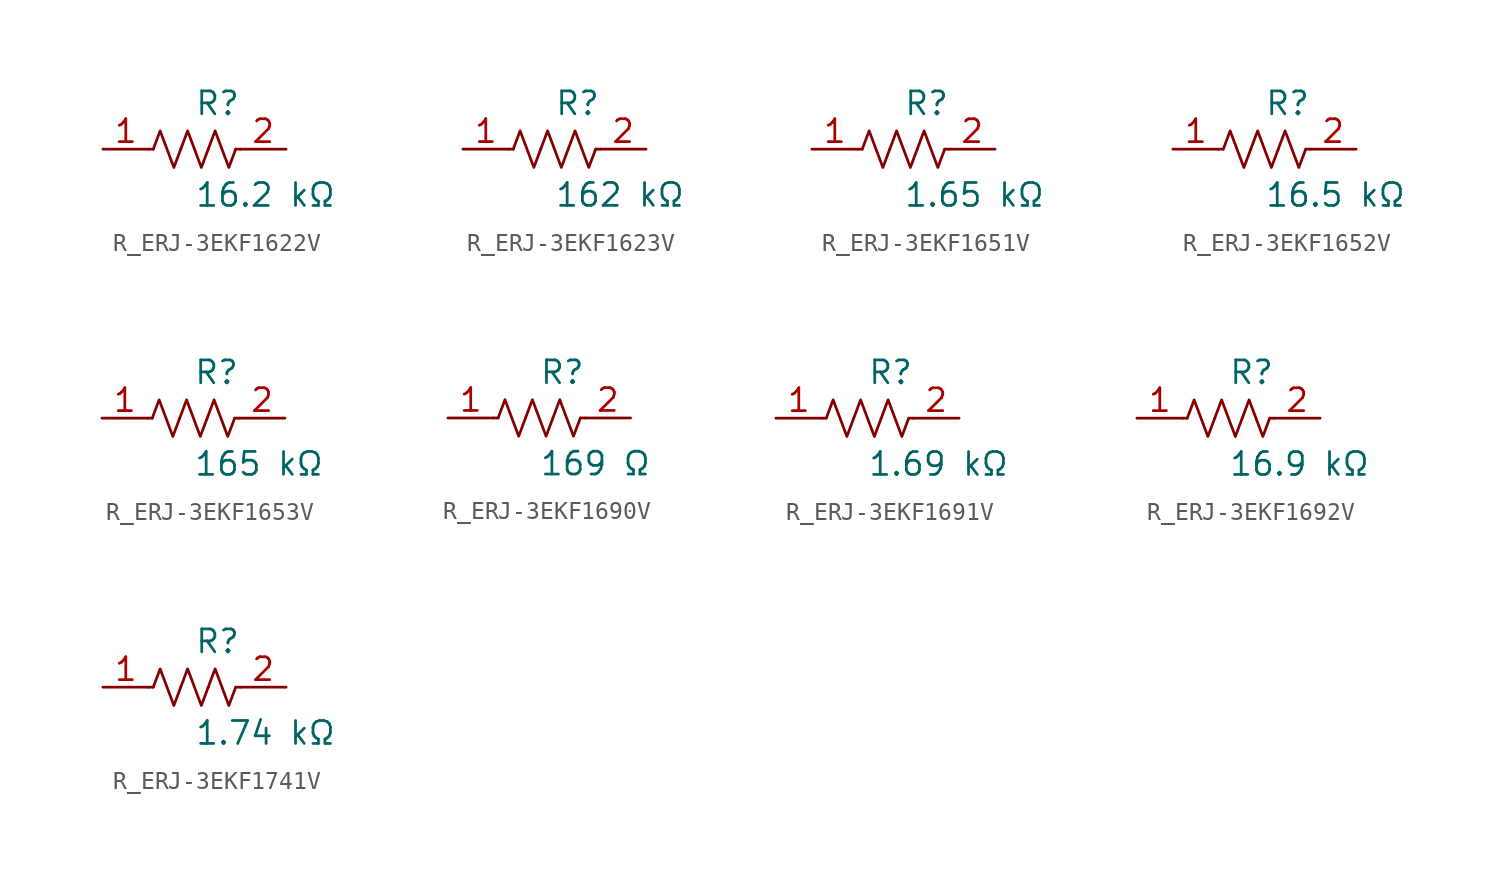
<source format=kicad_sym>
(kicad_symbol_lib
  (version 20231120)
  (generator kicad_symbol_editor)
  (generator_version 8.0)
  (symbol "R_ERJ-3EKF1622V"
    (pin_names
      (offset 0.254))
    (property "Reference" "R"
      (at 0.0 2.54 0)
      (effects (font (size 1.27 1.27)) (justify left)))
    (property "Value" "16.2 kΩ"
      (at 0.0 -2.54 0)
      (effects (font (size 1.27 1.27)) (justify left)))
    (symbol "R_ERJ-3EKF1622V_0_1"
      (polyline (pts (xy 2.286 0) (xy 2.54 0)) (stroke (width 0) (type default)) (fill (type none)))
      (polyline (pts (xy -2.286 0) (xy -2.54 0)) (stroke (width 0) (type default)) (fill (type none)))
      (polyline (pts (xy 0.762 0) (xy 1.143 1.016) (xy 1.524 0) (xy 1.905 -1.016) (xy 2.286 0)) (stroke (width 0) (type default)) (fill (type none)))
      (polyline (pts (xy -0.762 0) (xy -0.381 1.016) (xy 0 0) (xy 0.381 -1.016) (xy 0.762 0)) (stroke (width 0) (type default)) (fill (type none)))
      (polyline (pts (xy -2.286 0) (xy -1.905 1.016) (xy -1.524 0) (xy -1.143 -1.016) (xy -0.762 0)) (stroke (width 0) (type default)) (fill (type none))))
    (pin unspecified line
      (at -5.08 0 0)
      (length 2.54)
      (name "" (effects (font (size 1.27 1.27))))
      (number "1" (effects (font (size 1.27 1.27)))))
    (pin unspecified line
      (at 5.08 0 180)
      (length 2.54)
      (name "" (effects (font (size 1.27 1.27))))
      (number "2" (effects (font (size 1.27 1.27))))))
  (symbol "R_ERJ-3EKF1623V"
    (pin_names
      (offset 0.254))
    (property "Reference" "R"
      (at 0.0 2.54 0)
      (effects (font (size 1.27 1.27)) (justify left)))
    (property "Value" "162 kΩ"
      (at 0.0 -2.54 0)
      (effects (font (size 1.27 1.27)) (justify left)))
    (symbol "R_ERJ-3EKF1623V_0_1"
      (polyline (pts (xy 2.286 0) (xy 2.54 0)) (stroke (width 0) (type default)) (fill (type none)))
      (polyline (pts (xy -2.286 0) (xy -2.54 0)) (stroke (width 0) (type default)) (fill (type none)))
      (polyline (pts (xy 0.762 0) (xy 1.143 1.016) (xy 1.524 0) (xy 1.905 -1.016) (xy 2.286 0)) (stroke (width 0) (type default)) (fill (type none)))
      (polyline (pts (xy -0.762 0) (xy -0.381 1.016) (xy 0 0) (xy 0.381 -1.016) (xy 0.762 0)) (stroke (width 0) (type default)) (fill (type none)))
      (polyline (pts (xy -2.286 0) (xy -1.905 1.016) (xy -1.524 0) (xy -1.143 -1.016) (xy -0.762 0)) (stroke (width 0) (type default)) (fill (type none))))
    (pin unspecified line
      (at -5.08 0 0)
      (length 2.54)
      (name "" (effects (font (size 1.27 1.27))))
      (number "1" (effects (font (size 1.27 1.27)))))
    (pin unspecified line
      (at 5.08 0 180)
      (length 2.54)
      (name "" (effects (font (size 1.27 1.27))))
      (number "2" (effects (font (size 1.27 1.27))))))
  (symbol "R_ERJ-3EKF1651V"
    (pin_names
      (offset 0.254))
    (property "Reference" "R"
      (at 0.0 2.54 0)
      (effects (font (size 1.27 1.27)) (justify left)))
    (property "Value" "1.65 kΩ"
      (at 0.0 -2.54 0)
      (effects (font (size 1.27 1.27)) (justify left)))
    (symbol "R_ERJ-3EKF1651V_0_1"
      (polyline (pts (xy 2.286 0) (xy 2.54 0)) (stroke (width 0) (type default)) (fill (type none)))
      (polyline (pts (xy -2.286 0) (xy -2.54 0)) (stroke (width 0) (type default)) (fill (type none)))
      (polyline (pts (xy 0.762 0) (xy 1.143 1.016) (xy 1.524 0) (xy 1.905 -1.016) (xy 2.286 0)) (stroke (width 0) (type default)) (fill (type none)))
      (polyline (pts (xy -0.762 0) (xy -0.381 1.016) (xy 0 0) (xy 0.381 -1.016) (xy 0.762 0)) (stroke (width 0) (type default)) (fill (type none)))
      (polyline (pts (xy -2.286 0) (xy -1.905 1.016) (xy -1.524 0) (xy -1.143 -1.016) (xy -0.762 0)) (stroke (width 0) (type default)) (fill (type none))))
    (pin unspecified line
      (at -5.08 0 0)
      (length 2.54)
      (name "" (effects (font (size 1.27 1.27))))
      (number "1" (effects (font (size 1.27 1.27)))))
    (pin unspecified line
      (at 5.08 0 180)
      (length 2.54)
      (name "" (effects (font (size 1.27 1.27))))
      (number "2" (effects (font (size 1.27 1.27))))))
  (symbol "R_ERJ-3EKF1652V"
    (pin_names
      (offset 0.254))
    (property "Reference" "R"
      (at 0.0 2.54 0)
      (effects (font (size 1.27 1.27)) (justify left)))
    (property "Value" "16.5 kΩ"
      (at 0.0 -2.54 0)
      (effects (font (size 1.27 1.27)) (justify left)))
    (symbol "R_ERJ-3EKF1652V_0_1"
      (polyline (pts (xy 2.286 0) (xy 2.54 0)) (stroke (width 0) (type default)) (fill (type none)))
      (polyline (pts (xy -2.286 0) (xy -2.54 0)) (stroke (width 0) (type default)) (fill (type none)))
      (polyline (pts (xy 0.762 0) (xy 1.143 1.016) (xy 1.524 0) (xy 1.905 -1.016) (xy 2.286 0)) (stroke (width 0) (type default)) (fill (type none)))
      (polyline (pts (xy -0.762 0) (xy -0.381 1.016) (xy 0 0) (xy 0.381 -1.016) (xy 0.762 0)) (stroke (width 0) (type default)) (fill (type none)))
      (polyline (pts (xy -2.286 0) (xy -1.905 1.016) (xy -1.524 0) (xy -1.143 -1.016) (xy -0.762 0)) (stroke (width 0) (type default)) (fill (type none))))
    (pin unspecified line
      (at -5.08 0 0)
      (length 2.54)
      (name "" (effects (font (size 1.27 1.27))))
      (number "1" (effects (font (size 1.27 1.27)))))
    (pin unspecified line
      (at 5.08 0 180)
      (length 2.54)
      (name "" (effects (font (size 1.27 1.27))))
      (number "2" (effects (font (size 1.27 1.27))))))
  (symbol "R_ERJ-3EKF1653V"
    (pin_names
      (offset 0.254))
    (property "Reference" "R"
      (at 0.0 2.54 0)
      (effects (font (size 1.27 1.27)) (justify left)))
    (property "Value" "165 kΩ"
      (at 0.0 -2.54 0)
      (effects (font (size 1.27 1.27)) (justify left)))
    (symbol "R_ERJ-3EKF1653V_0_1"
      (polyline (pts (xy 2.286 0) (xy 2.54 0)) (stroke (width 0) (type default)) (fill (type none)))
      (polyline (pts (xy -2.286 0) (xy -2.54 0)) (stroke (width 0) (type default)) (fill (type none)))
      (polyline (pts (xy 0.762 0) (xy 1.143 1.016) (xy 1.524 0) (xy 1.905 -1.016) (xy 2.286 0)) (stroke (width 0) (type default)) (fill (type none)))
      (polyline (pts (xy -0.762 0) (xy -0.381 1.016) (xy 0 0) (xy 0.381 -1.016) (xy 0.762 0)) (stroke (width 0) (type default)) (fill (type none)))
      (polyline (pts (xy -2.286 0) (xy -1.905 1.016) (xy -1.524 0) (xy -1.143 -1.016) (xy -0.762 0)) (stroke (width 0) (type default)) (fill (type none))))
    (pin unspecified line
      (at -5.08 0 0)
      (length 2.54)
      (name "" (effects (font (size 1.27 1.27))))
      (number "1" (effects (font (size 1.27 1.27)))))
    (pin unspecified line
      (at 5.08 0 180)
      (length 2.54)
      (name "" (effects (font (size 1.27 1.27))))
      (number "2" (effects (font (size 1.27 1.27))))))
  (symbol "R_ERJ-3EKF1690V"
    (pin_names
      (offset 0.254))
    (property "Reference" "R"
      (at 0.0 2.54 0)
      (effects (font (size 1.27 1.27)) (justify left)))
    (property "Value" "169 Ω"
      (at 0.0 -2.54 0)
      (effects (font (size 1.27 1.27)) (justify left)))
    (symbol "R_ERJ-3EKF1690V_0_1"
      (polyline (pts (xy 2.286 0) (xy 2.54 0)) (stroke (width 0) (type default)) (fill (type none)))
      (polyline (pts (xy -2.286 0) (xy -2.54 0)) (stroke (width 0) (type default)) (fill (type none)))
      (polyline (pts (xy 0.762 0) (xy 1.143 1.016) (xy 1.524 0) (xy 1.905 -1.016) (xy 2.286 0)) (stroke (width 0) (type default)) (fill (type none)))
      (polyline (pts (xy -0.762 0) (xy -0.381 1.016) (xy 0 0) (xy 0.381 -1.016) (xy 0.762 0)) (stroke (width 0) (type default)) (fill (type none)))
      (polyline (pts (xy -2.286 0) (xy -1.905 1.016) (xy -1.524 0) (xy -1.143 -1.016) (xy -0.762 0)) (stroke (width 0) (type default)) (fill (type none))))
    (pin unspecified line
      (at -5.08 0 0)
      (length 2.54)
      (name "" (effects (font (size 1.27 1.27))))
      (number "1" (effects (font (size 1.27 1.27)))))
    (pin unspecified line
      (at 5.08 0 180)
      (length 2.54)
      (name "" (effects (font (size 1.27 1.27))))
      (number "2" (effects (font (size 1.27 1.27))))))
  (symbol "R_ERJ-3EKF1691V"
    (pin_names
      (offset 0.254))
    (property "Reference" "R"
      (at 0.0 2.54 0)
      (effects (font (size 1.27 1.27)) (justify left)))
    (property "Value" "1.69 kΩ"
      (at 0.0 -2.54 0)
      (effects (font (size 1.27 1.27)) (justify left)))
    (symbol "R_ERJ-3EKF1691V_0_1"
      (polyline (pts (xy 2.286 0) (xy 2.54 0)) (stroke (width 0) (type default)) (fill (type none)))
      (polyline (pts (xy -2.286 0) (xy -2.54 0)) (stroke (width 0) (type default)) (fill (type none)))
      (polyline (pts (xy 0.762 0) (xy 1.143 1.016) (xy 1.524 0) (xy 1.905 -1.016) (xy 2.286 0)) (stroke (width 0) (type default)) (fill (type none)))
      (polyline (pts (xy -0.762 0) (xy -0.381 1.016) (xy 0 0) (xy 0.381 -1.016) (xy 0.762 0)) (stroke (width 0) (type default)) (fill (type none)))
      (polyline (pts (xy -2.286 0) (xy -1.905 1.016) (xy -1.524 0) (xy -1.143 -1.016) (xy -0.762 0)) (stroke (width 0) (type default)) (fill (type none))))
    (pin unspecified line
      (at -5.08 0 0)
      (length 2.54)
      (name "" (effects (font (size 1.27 1.27))))
      (number "1" (effects (font (size 1.27 1.27)))))
    (pin unspecified line
      (at 5.08 0 180)
      (length 2.54)
      (name "" (effects (font (size 1.27 1.27))))
      (number "2" (effects (font (size 1.27 1.27))))))
  (symbol "R_ERJ-3EKF1692V"
    (pin_names
      (offset 0.254))
    (property "Reference" "R"
      (at 0.0 2.54 0)
      (effects (font (size 1.27 1.27)) (justify left)))
    (property "Value" "16.9 kΩ"
      (at 0.0 -2.54 0)
      (effects (font (size 1.27 1.27)) (justify left)))
    (symbol "R_ERJ-3EKF1692V_0_1"
      (polyline (pts (xy 2.286 0) (xy 2.54 0)) (stroke (width 0) (type default)) (fill (type none)))
      (polyline (pts (xy -2.286 0) (xy -2.54 0)) (stroke (width 0) (type default)) (fill (type none)))
      (polyline (pts (xy 0.762 0) (xy 1.143 1.016) (xy 1.524 0) (xy 1.905 -1.016) (xy 2.286 0)) (stroke (width 0) (type default)) (fill (type none)))
      (polyline (pts (xy -0.762 0) (xy -0.381 1.016) (xy 0 0) (xy 0.381 -1.016) (xy 0.762 0)) (stroke (width 0) (type default)) (fill (type none)))
      (polyline (pts (xy -2.286 0) (xy -1.905 1.016) (xy -1.524 0) (xy -1.143 -1.016) (xy -0.762 0)) (stroke (width 0) (type default)) (fill (type none))))
    (pin unspecified line
      (at -5.08 0 0)
      (length 2.54)
      (name "" (effects (font (size 1.27 1.27))))
      (number "1" (effects (font (size 1.27 1.27)))))
    (pin unspecified line
      (at 5.08 0 180)
      (length 2.54)
      (name "" (effects (font (size 1.27 1.27))))
      (number "2" (effects (font (size 1.27 1.27))))))
  (symbol "R_ERJ-3EKF1741V"
    (pin_names
      (offset 0.254))
    (property "Reference" "R"
      (at 0.0 2.54 0)
      (effects (font (size 1.27 1.27)) (justify left)))
    (property "Value" "1.74 kΩ"
      (at 0.0 -2.54 0)
      (effects (font (size 1.27 1.27)) (justify left)))
    (symbol "R_ERJ-3EKF1741V_0_1"
      (polyline (pts (xy 2.286 0) (xy 2.54 0)) (stroke (width 0) (type default)) (fill (type none)))
      (polyline (pts (xy -2.286 0) (xy -2.54 0)) (stroke (width 0) (type default)) (fill (type none)))
      (polyline (pts (xy 0.762 0) (xy 1.143 1.016) (xy 1.524 0) (xy 1.905 -1.016) (xy 2.286 0)) (stroke (width 0) (type default)) (fill (type none)))
      (polyline (pts (xy -0.762 0) (xy -0.381 1.016) (xy 0 0) (xy 0.381 -1.016) (xy 0.762 0)) (stroke (width 0) (type default)) (fill (type none)))
      (polyline (pts (xy -2.286 0) (xy -1.905 1.016) (xy -1.524 0) (xy -1.143 -1.016) (xy -0.762 0)) (stroke (width 0) (type default)) (fill (type none))))
    (pin unspecified line
      (at -5.08 0 0)
      (length 2.54)
      (name "" (effects (font (size 1.27 1.27))))
      (number "1" (effects (font (size 1.27 1.27)))))
    (pin unspecified line
      (at 5.08 0 180)
      (length 2.54)
      (name "" (effects (font (size 1.27 1.27))))
      (number "2" (effects (font (size 1.27 1.27)))))))
</source>
